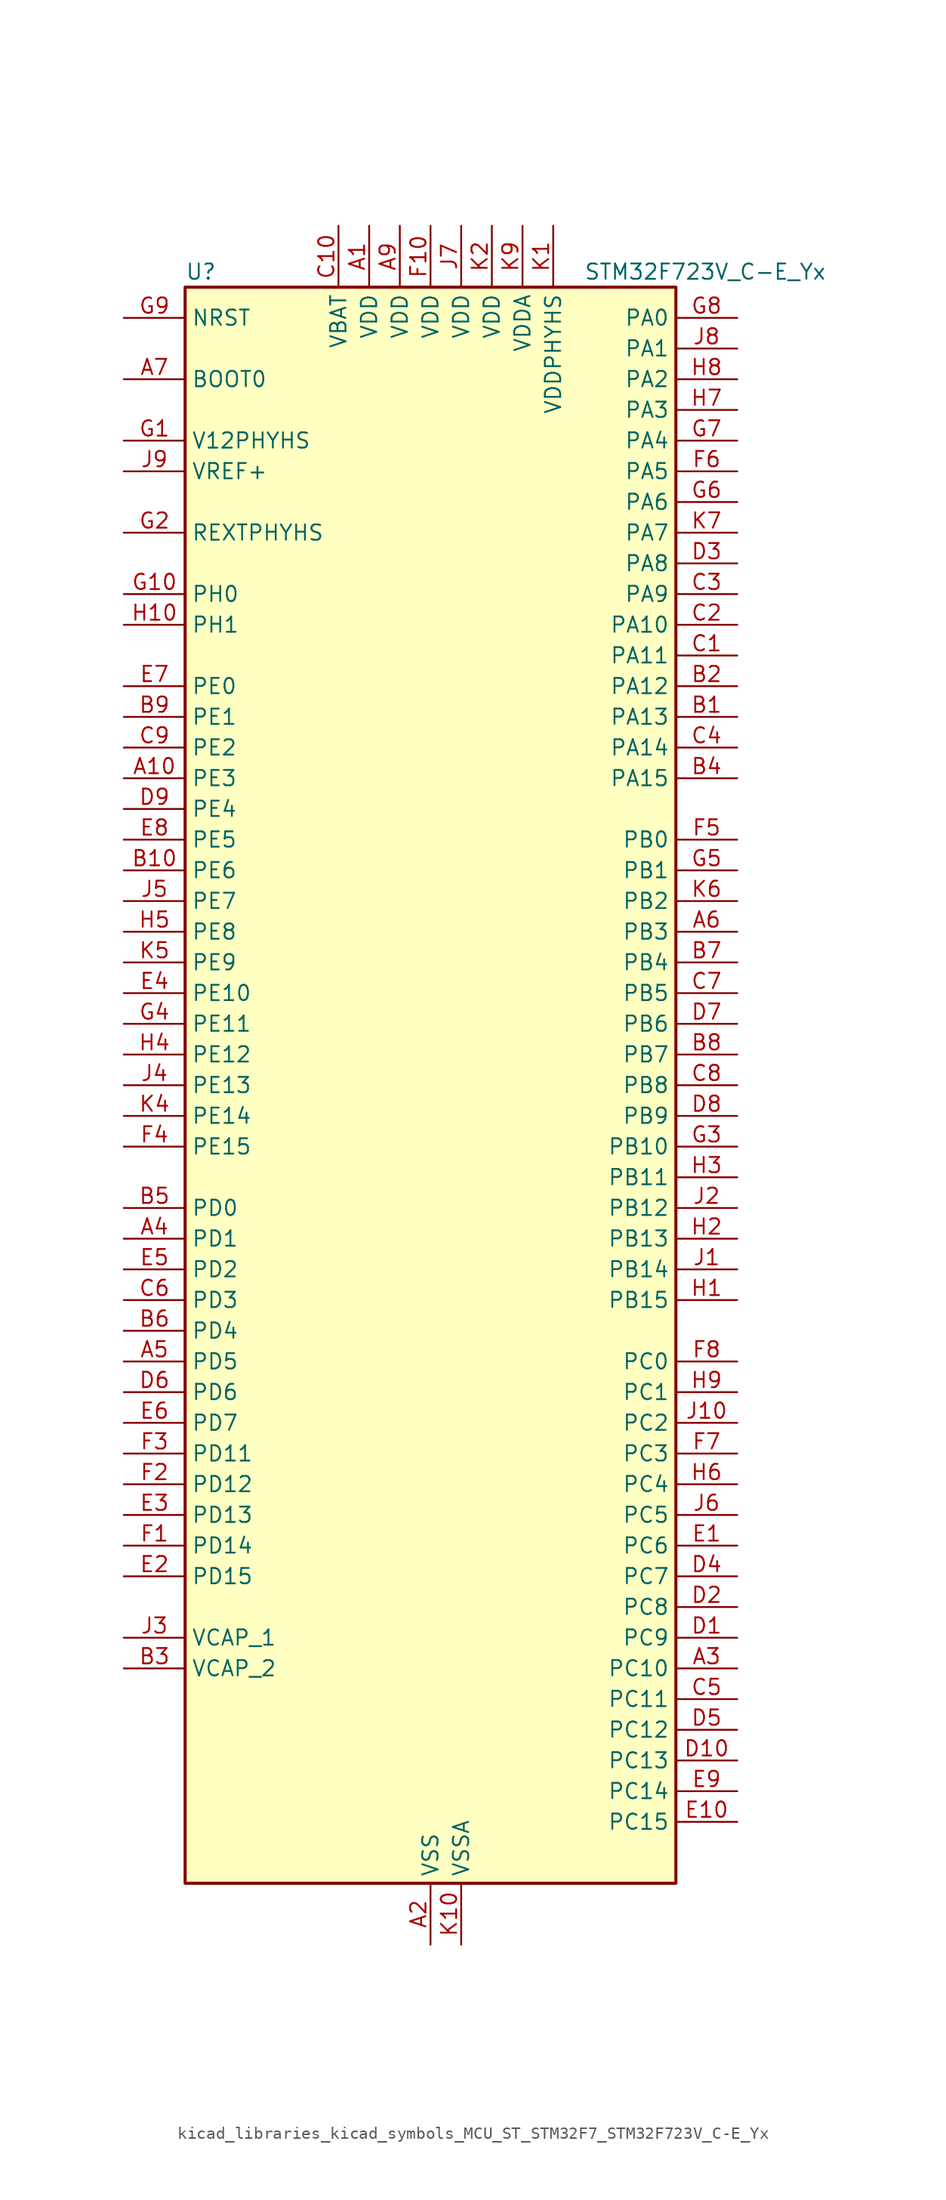
<source format=kicad_sym>
(kicad_symbol_lib
  (version 20220914)
  (generator kicad_symbol_editor)
  (symbol "kicad_libraries_kicad_symbols_MCU_ST_STM32F7_STM32F723V_C-E_Yx"
    (property "Reference" "U"
      (at -20.32 67.31 0)
      (effects (font (size 1.27 1.27)) (justify left)))
    (property "Value" "STM32F723V_C-E_Yx"
      (at 12.7 67.31 0)
      (effects (font (size 1.27 1.27)) (justify left)))
    (property "ki_locked" ""
      (at 0 0 0)
      (effects (font (size 1.27 1.27))))
    (symbol "kicad_libraries_kicad_symbols_MCU_ST_STM32F7_STM32F723V_C-E_Yx_0_1"
      (rectangle (start -20.32 -66.04) (end 20.32 66.04) (stroke (width 0.254) (type default)) (fill (type background))))
    (symbol "kicad_libraries_kicad_symbols_MCU_ST_STM32F7_STM32F723V_C-E_Yx_1_1"
      (pin power_in line (at -5.08 71.12 270) (length 5.08) (name "VDD" (effects (font (size 1.27 1.27)))) (number "A1" (effects (font (size 1.27 1.27)))))
      (pin bidirectional line (at -25.4 25.4 0) (length 5.08) (name "PE3" (effects (font (size 1.27 1.27)))) (number "A10" (effects (font (size 1.27 1.27)))) (alternate "FMC_A19" bidirectional line) (alternate "SAI1_SD_B" bidirectional line) (alternate "SYS_TRACED0" bidirectional line))
      (pin power_in line (at 0 -71.12 90) (length 5.08) (name "VSS" (effects (font (size 1.27 1.27)))) (number "A2" (effects (font (size 1.27 1.27)))))
      (pin bidirectional line (at 25.4 -48.26 180) (length 5.08) (name "PC10" (effects (font (size 1.27 1.27)))) (number "A3" (effects (font (size 1.27 1.27)))) (alternate "I2S3_CK" bidirectional line) (alternate "QUADSPI_BK1_IO1" bidirectional line) (alternate "SDMMC1_D2" bidirectional line) (alternate "SPI3_SCK" bidirectional line) (alternate "UART4_TX" bidirectional line) (alternate "USART3_TX" bidirectional line))
      (pin bidirectional line (at -25.4 -12.7 0) (length 5.08) (name "PD1" (effects (font (size 1.27 1.27)))) (number "A4" (effects (font (size 1.27 1.27)))) (alternate "CAN1_TX" bidirectional line) (alternate "FMC_D3" bidirectional line) (alternate "FMC_DA3" bidirectional line))
      (pin bidirectional line (at -25.4 -22.86 0) (length 5.08) (name "PD5" (effects (font (size 1.27 1.27)))) (number "A5" (effects (font (size 1.27 1.27)))) (alternate "FMC_NWE" bidirectional line) (alternate "USART2_TX" bidirectional line))
      (pin bidirectional line (at 25.4 12.7 180) (length 5.08) (name "PB3" (effects (font (size 1.27 1.27)))) (number "A6" (effects (font (size 1.27 1.27)))) (alternate "I2S1_CK" bidirectional line) (alternate "I2S3_CK" bidirectional line) (alternate "SPI1_SCK" bidirectional line) (alternate "SPI3_SCK" bidirectional line) (alternate "SYS_JTDO-SWO" bidirectional line) (alternate "TIM2_CH2" bidirectional line))
      (pin input line (at -25.4 58.42 0) (length 5.08) (name "BOOT0" (effects (font (size 1.27 1.27)))) (number "A7" (effects (font (size 1.27 1.27)))))
      (pin passive line (at 0 -71.12 90) (length 5.08) hide (name "VSS" (effects (font (size 1.27 1.27)))) (number "A8" (effects (font (size 1.27 1.27)))))
      (pin power_in line (at -2.54 71.12 270) (length 5.08) (name "VDD" (effects (font (size 1.27 1.27)))) (number "A9" (effects (font (size 1.27 1.27)))))
      (pin bidirectional line (at 25.4 30.48 180) (length 5.08) (name "PA13" (effects (font (size 1.27 1.27)))) (number "B1" (effects (font (size 1.27 1.27)))) (alternate "SYS_JTMS-SWDIO" bidirectional line))
      (pin bidirectional line (at -25.4 17.78 0) (length 5.08) (name "PE6" (effects (font (size 1.27 1.27)))) (number "B10" (effects (font (size 1.27 1.27)))) (alternate "FMC_A22" bidirectional line) (alternate "SAI1_SD_A" bidirectional line) (alternate "SAI2_MCLK_B" bidirectional line) (alternate "SPI4_MOSI" bidirectional line) (alternate "SYS_TRACED3" bidirectional line) (alternate "TIM1_BKIN2" bidirectional line) (alternate "TIM9_CH2" bidirectional line))
      (pin bidirectional line (at 25.4 33.02 180) (length 5.08) (name "PA12" (effects (font (size 1.27 1.27)))) (number "B2" (effects (font (size 1.27 1.27)))) (alternate "CAN1_TX" bidirectional line) (alternate "SAI2_FS_B" bidirectional line) (alternate "TIM1_ETR" bidirectional line) (alternate "USART1_DE" bidirectional line) (alternate "USART1_RTS" bidirectional line) (alternate "USB_OTG_FS_DP" bidirectional line))
      (pin power_out line (at -25.4 -48.26 0) (length 5.08) (name "VCAP_2" (effects (font (size 1.27 1.27)))) (number "B3" (effects (font (size 1.27 1.27)))))
      (pin bidirectional line (at 25.4 25.4 180) (length 5.08) (name "PA15" (effects (font (size 1.27 1.27)))) (number "B4" (effects (font (size 1.27 1.27)))) (alternate "I2S1_WS" bidirectional line) (alternate "I2S3_WS" bidirectional line) (alternate "SPI1_NSS" bidirectional line) (alternate "SPI3_NSS" bidirectional line) (alternate "SYS_JTDI" bidirectional line) (alternate "TIM2_CH1" bidirectional line) (alternate "TIM2_ETR" bidirectional line) (alternate "UART4_DE" bidirectional line) (alternate "UART4_RTS" bidirectional line))
      (pin bidirectional line (at -25.4 -10.16 0) (length 5.08) (name "PD0" (effects (font (size 1.27 1.27)))) (number "B5" (effects (font (size 1.27 1.27)))) (alternate "CAN1_RX" bidirectional line) (alternate "FMC_D2" bidirectional line) (alternate "FMC_DA2" bidirectional line))
      (pin bidirectional line (at -25.4 -20.32 0) (length 5.08) (name "PD4" (effects (font (size 1.27 1.27)))) (number "B6" (effects (font (size 1.27 1.27)))) (alternate "FMC_NOE" bidirectional line) (alternate "USART2_DE" bidirectional line) (alternate "USART2_RTS" bidirectional line))
      (pin bidirectional line (at 25.4 10.16 180) (length 5.08) (name "PB4" (effects (font (size 1.27 1.27)))) (number "B7" (effects (font (size 1.27 1.27)))) (alternate "I2S2_WS" bidirectional line) (alternate "SPI1_MISO" bidirectional line) (alternate "SPI2_NSS" bidirectional line) (alternate "SPI3_MISO" bidirectional line) (alternate "SYS_JTRST" bidirectional line) (alternate "TIM3_CH1" bidirectional line))
      (pin bidirectional line (at 25.4 2.54 180) (length 5.08) (name "PB7" (effects (font (size 1.27 1.27)))) (number "B8" (effects (font (size 1.27 1.27)))) (alternate "FMC_NL" bidirectional line) (alternate "I2C1_SDA" bidirectional line) (alternate "TIM4_CH2" bidirectional line) (alternate "USART1_RX" bidirectional line))
      (pin bidirectional line (at -25.4 30.48 0) (length 5.08) (name "PE1" (effects (font (size 1.27 1.27)))) (number "B9" (effects (font (size 1.27 1.27)))) (alternate "FMC_NBL1" bidirectional line) (alternate "LPTIM1_IN2" bidirectional line) (alternate "UART8_TX" bidirectional line))
      (pin bidirectional line (at 25.4 35.56 180) (length 5.08) (name "PA11" (effects (font (size 1.27 1.27)))) (number "C1" (effects (font (size 1.27 1.27)))) (alternate "ADC1_EXTI11" bidirectional line) (alternate "ADC2_EXTI11" bidirectional line) (alternate "ADC3_EXTI11" bidirectional line) (alternate "CAN1_RX" bidirectional line) (alternate "TIM1_CH4" bidirectional line) (alternate "USART1_CTS" bidirectional line) (alternate "USB_OTG_FS_DM" bidirectional line))
      (pin power_in line (at -7.62 71.12 270) (length 5.08) (name "VBAT" (effects (font (size 1.27 1.27)))) (number "C10" (effects (font (size 1.27 1.27)))))
      (pin bidirectional line (at 25.4 38.1 180) (length 5.08) (name "PA10" (effects (font (size 1.27 1.27)))) (number "C2" (effects (font (size 1.27 1.27)))) (alternate "TIM1_CH3" bidirectional line) (alternate "USART1_RX" bidirectional line) (alternate "USB_OTG_FS_ID" bidirectional line))
      (pin bidirectional line (at 25.4 40.64 180) (length 5.08) (name "PA9" (effects (font (size 1.27 1.27)))) (number "C3" (effects (font (size 1.27 1.27)))) (alternate "DAC_EXTI9" bidirectional line) (alternate "I2C3_SMBA" bidirectional line) (alternate "I2S2_CK" bidirectional line) (alternate "SPI2_SCK" bidirectional line) (alternate "TIM1_CH2" bidirectional line) (alternate "USART1_TX" bidirectional line) (alternate "USB_OTG_FS_VBUS" bidirectional line))
      (pin bidirectional line (at 25.4 27.94 180) (length 5.08) (name "PA14" (effects (font (size 1.27 1.27)))) (number "C4" (effects (font (size 1.27 1.27)))) (alternate "SYS_JTCK-SWCLK" bidirectional line))
      (pin bidirectional line (at 25.4 -50.8 180) (length 5.08) (name "PC11" (effects (font (size 1.27 1.27)))) (number "C5" (effects (font (size 1.27 1.27)))) (alternate "ADC1_EXTI11" bidirectional line) (alternate "ADC2_EXTI11" bidirectional line) (alternate "ADC3_EXTI11" bidirectional line) (alternate "QUADSPI_BK2_NCS" bidirectional line) (alternate "SDMMC1_D3" bidirectional line) (alternate "SPI3_MISO" bidirectional line) (alternate "UART4_RX" bidirectional line) (alternate "USART3_RX" bidirectional line))
      (pin bidirectional line (at -25.4 -17.78 0) (length 5.08) (name "PD3" (effects (font (size 1.27 1.27)))) (number "C6" (effects (font (size 1.27 1.27)))) (alternate "FMC_CLK" bidirectional line) (alternate "I2S2_CK" bidirectional line) (alternate "SPI2_SCK" bidirectional line) (alternate "USART2_CTS" bidirectional line))
      (pin bidirectional line (at 25.4 7.62 180) (length 5.08) (name "PB5" (effects (font (size 1.27 1.27)))) (number "C7" (effects (font (size 1.27 1.27)))) (alternate "FMC_SDCKE1" bidirectional line) (alternate "I2C1_SMBA" bidirectional line) (alternate "I2S1_SD" bidirectional line) (alternate "I2S3_SD" bidirectional line) (alternate "SPI1_MOSI" bidirectional line) (alternate "SPI3_MOSI" bidirectional line) (alternate "TIM3_CH2" bidirectional line))
      (pin bidirectional line (at 25.4 0 180) (length 5.08) (name "PB8" (effects (font (size 1.27 1.27)))) (number "C8" (effects (font (size 1.27 1.27)))) (alternate "CAN1_RX" bidirectional line) (alternate "I2C1_SCL" bidirectional line) (alternate "SDMMC1_D4" bidirectional line) (alternate "TIM10_CH1" bidirectional line) (alternate "TIM4_CH3" bidirectional line))
      (pin bidirectional line (at -25.4 27.94 0) (length 5.08) (name "PE2" (effects (font (size 1.27 1.27)))) (number "C9" (effects (font (size 1.27 1.27)))) (alternate "FMC_A23" bidirectional line) (alternate "QUADSPI_BK1_IO2" bidirectional line) (alternate "SAI1_MCLK_A" bidirectional line) (alternate "SPI4_SCK" bidirectional line) (alternate "SYS_TRACECLK" bidirectional line))
      (pin bidirectional line (at 25.4 -45.72 180) (length 5.08) (name "PC9" (effects (font (size 1.27 1.27)))) (number "D1" (effects (font (size 1.27 1.27)))) (alternate "DAC_EXTI9" bidirectional line) (alternate "I2C3_SDA" bidirectional line) (alternate "I2S_CKIN" bidirectional line) (alternate "QUADSPI_BK1_IO0" bidirectional line) (alternate "RCC_MCO_2" bidirectional line) (alternate "SDMMC1_D1" bidirectional line) (alternate "TIM3_CH4" bidirectional line) (alternate "TIM8_CH4" bidirectional line) (alternate "UART5_CTS" bidirectional line))
      (pin bidirectional line (at 25.4 -55.88 180) (length 5.08) (name "PC13" (effects (font (size 1.27 1.27)))) (number "D10" (effects (font (size 1.27 1.27)))) (alternate "RTC_OUT" bidirectional line) (alternate "RTC_TAMP1" bidirectional line) (alternate "RTC_TS" bidirectional line) (alternate "SYS_WKUP4" bidirectional line))
      (pin bidirectional line (at 25.4 -43.18 180) (length 5.08) (name "PC8" (effects (font (size 1.27 1.27)))) (number "D2" (effects (font (size 1.27 1.27)))) (alternate "SDMMC1_D0" bidirectional line) (alternate "SYS_TRACED1" bidirectional line) (alternate "TIM3_CH3" bidirectional line) (alternate "TIM8_CH3" bidirectional line) (alternate "UART5_DE" bidirectional line) (alternate "UART5_RTS" bidirectional line) (alternate "USART6_CK" bidirectional line))
      (pin bidirectional line (at 25.4 43.18 180) (length 5.08) (name "PA8" (effects (font (size 1.27 1.27)))) (number "D3" (effects (font (size 1.27 1.27)))) (alternate "I2C3_SCL" bidirectional line) (alternate "RCC_MCO_1" bidirectional line) (alternate "TIM1_CH1" bidirectional line) (alternate "TIM8_BKIN2" bidirectional line) (alternate "USART1_CK" bidirectional line) (alternate "USB_OTG_FS_SOF" bidirectional line))
      (pin bidirectional line (at 25.4 -40.64 180) (length 5.08) (name "PC7" (effects (font (size 1.27 1.27)))) (number "D4" (effects (font (size 1.27 1.27)))) (alternate "I2S3_MCK" bidirectional line) (alternate "SDMMC1_D7" bidirectional line) (alternate "TIM3_CH2" bidirectional line) (alternate "TIM8_CH2" bidirectional line) (alternate "USART6_RX" bidirectional line))
      (pin bidirectional line (at 25.4 -53.34 180) (length 5.08) (name "PC12" (effects (font (size 1.27 1.27)))) (number "D5" (effects (font (size 1.27 1.27)))) (alternate "I2S3_SD" bidirectional line) (alternate "SDMMC1_CK" bidirectional line) (alternate "SPI3_MOSI" bidirectional line) (alternate "SYS_TRACED3" bidirectional line) (alternate "UART5_TX" bidirectional line) (alternate "USART3_CK" bidirectional line))
      (pin bidirectional line (at -25.4 -25.4 0) (length 5.08) (name "PD6" (effects (font (size 1.27 1.27)))) (number "D6" (effects (font (size 1.27 1.27)))) (alternate "FMC_NWAIT" bidirectional line) (alternate "I2S3_SD" bidirectional line) (alternate "SAI1_SD_A" bidirectional line) (alternate "SPI3_MOSI" bidirectional line) (alternate "USART2_RX" bidirectional line))
      (pin bidirectional line (at 25.4 5.08 180) (length 5.08) (name "PB6" (effects (font (size 1.27 1.27)))) (number "D7" (effects (font (size 1.27 1.27)))) (alternate "FMC_SDNE1" bidirectional line) (alternate "I2C1_SCL" bidirectional line) (alternate "QUADSPI_BK1_NCS" bidirectional line) (alternate "TIM4_CH1" bidirectional line) (alternate "USART1_TX" bidirectional line))
      (pin bidirectional line (at 25.4 -2.54 180) (length 5.08) (name "PB9" (effects (font (size 1.27 1.27)))) (number "D8" (effects (font (size 1.27 1.27)))) (alternate "CAN1_TX" bidirectional line) (alternate "DAC_EXTI9" bidirectional line) (alternate "I2C1_SDA" bidirectional line) (alternate "I2S2_WS" bidirectional line) (alternate "SDMMC1_D5" bidirectional line) (alternate "SPI2_NSS" bidirectional line) (alternate "TIM11_CH1" bidirectional line) (alternate "TIM4_CH4" bidirectional line))
      (pin bidirectional line (at -25.4 22.86 0) (length 5.08) (name "PE4" (effects (font (size 1.27 1.27)))) (number "D9" (effects (font (size 1.27 1.27)))) (alternate "FMC_A20" bidirectional line) (alternate "SAI1_FS_A" bidirectional line) (alternate "SPI4_NSS" bidirectional line) (alternate "SYS_TRACED1" bidirectional line))
      (pin bidirectional line (at 25.4 -38.1 180) (length 5.08) (name "PC6" (effects (font (size 1.27 1.27)))) (number "E1" (effects (font (size 1.27 1.27)))) (alternate "I2S2_MCK" bidirectional line) (alternate "SDMMC1_D6" bidirectional line) (alternate "TIM3_CH1" bidirectional line) (alternate "TIM8_CH1" bidirectional line) (alternate "USART6_TX" bidirectional line))
      (pin bidirectional line (at 25.4 -60.96 180) (length 5.08) (name "PC15" (effects (font (size 1.27 1.27)))) (number "E10" (effects (font (size 1.27 1.27)))) (alternate "RCC_OSC32_OUT" bidirectional line))
      (pin bidirectional line (at -25.4 -40.64 0) (length 5.08) (name "PD15" (effects (font (size 1.27 1.27)))) (number "E2" (effects (font (size 1.27 1.27)))) (alternate "FMC_D1" bidirectional line) (alternate "FMC_DA1" bidirectional line) (alternate "TIM4_CH4" bidirectional line) (alternate "UART8_DE" bidirectional line) (alternate "UART8_RTS" bidirectional line))
      (pin bidirectional line (at -25.4 -35.56 0) (length 5.08) (name "PD13" (effects (font (size 1.27 1.27)))) (number "E3" (effects (font (size 1.27 1.27)))) (alternate "FMC_A18" bidirectional line) (alternate "LPTIM1_OUT" bidirectional line) (alternate "QUADSPI_BK1_IO3" bidirectional line) (alternate "SAI2_SCK_A" bidirectional line) (alternate "TIM4_CH2" bidirectional line))
      (pin bidirectional line (at -25.4 7.62 0) (length 5.08) (name "PE10" (effects (font (size 1.27 1.27)))) (number "E4" (effects (font (size 1.27 1.27)))) (alternate "FMC_D7" bidirectional line) (alternate "FMC_DA7" bidirectional line) (alternate "QUADSPI_BK2_IO3" bidirectional line) (alternate "TIM1_CH2N" bidirectional line) (alternate "UART7_CTS" bidirectional line))
      (pin bidirectional line (at -25.4 -15.24 0) (length 5.08) (name "PD2" (effects (font (size 1.27 1.27)))) (number "E5" (effects (font (size 1.27 1.27)))) (alternate "SDMMC1_CMD" bidirectional line) (alternate "SYS_TRACED2" bidirectional line) (alternate "TIM3_ETR" bidirectional line) (alternate "UART5_RX" bidirectional line))
      (pin bidirectional line (at -25.4 -27.94 0) (length 5.08) (name "PD7" (effects (font (size 1.27 1.27)))) (number "E6" (effects (font (size 1.27 1.27)))) (alternate "FMC_NE1" bidirectional line) (alternate "USART2_CK" bidirectional line))
      (pin bidirectional line (at -25.4 33.02 0) (length 5.08) (name "PE0" (effects (font (size 1.27 1.27)))) (number "E7" (effects (font (size 1.27 1.27)))) (alternate "FMC_NBL0" bidirectional line) (alternate "LPTIM1_ETR" bidirectional line) (alternate "SAI2_MCLK_A" bidirectional line) (alternate "TIM4_ETR" bidirectional line) (alternate "UART8_RX" bidirectional line))
      (pin bidirectional line (at -25.4 20.32 0) (length 5.08) (name "PE5" (effects (font (size 1.27 1.27)))) (number "E8" (effects (font (size 1.27 1.27)))) (alternate "FMC_A21" bidirectional line) (alternate "SAI1_SCK_A" bidirectional line) (alternate "SPI4_MISO" bidirectional line) (alternate "SYS_TRACED2" bidirectional line) (alternate "TIM9_CH1" bidirectional line))
      (pin bidirectional line (at 25.4 -58.42 180) (length 5.08) (name "PC14" (effects (font (size 1.27 1.27)))) (number "E9" (effects (font (size 1.27 1.27)))) (alternate "RCC_OSC32_IN" bidirectional line))
      (pin bidirectional line (at -25.4 -38.1 0) (length 5.08) (name "PD14" (effects (font (size 1.27 1.27)))) (number "F1" (effects (font (size 1.27 1.27)))) (alternate "FMC_D0" bidirectional line) (alternate "FMC_DA0" bidirectional line) (alternate "TIM4_CH3" bidirectional line) (alternate "UART8_CTS" bidirectional line))
      (pin power_in line (at 0 71.12 270) (length 5.08) (name "VDD" (effects (font (size 1.27 1.27)))) (number "F10" (effects (font (size 1.27 1.27)))))
      (pin bidirectional line (at -25.4 -33.02 0) (length 5.08) (name "PD12" (effects (font (size 1.27 1.27)))) (number "F2" (effects (font (size 1.27 1.27)))) (alternate "FMC_A17" bidirectional line) (alternate "FMC_ALE" bidirectional line) (alternate "LPTIM1_IN1" bidirectional line) (alternate "QUADSPI_BK1_IO1" bidirectional line) (alternate "SAI2_FS_A" bidirectional line) (alternate "TIM4_CH1" bidirectional line) (alternate "USART3_DE" bidirectional line) (alternate "USART3_RTS" bidirectional line))
      (pin bidirectional line (at -25.4 -30.48 0) (length 5.08) (name "PD11" (effects (font (size 1.27 1.27)))) (number "F3" (effects (font (size 1.27 1.27)))) (alternate "ADC1_EXTI11" bidirectional line) (alternate "ADC2_EXTI11" bidirectional line) (alternate "ADC3_EXTI11" bidirectional line) (alternate "FMC_A16" bidirectional line) (alternate "FMC_CLE" bidirectional line) (alternate "QUADSPI_BK1_IO0" bidirectional line) (alternate "SAI2_SD_A" bidirectional line) (alternate "USART3_CTS" bidirectional line))
      (pin bidirectional line (at -25.4 -5.08 0) (length 5.08) (name "PE15" (effects (font (size 1.27 1.27)))) (number "F4" (effects (font (size 1.27 1.27)))) (alternate "FMC_D12" bidirectional line) (alternate "FMC_DA12" bidirectional line) (alternate "TIM1_BKIN" bidirectional line))
      (pin bidirectional line (at 25.4 20.32 180) (length 5.08) (name "PB0" (effects (font (size 1.27 1.27)))) (number "F5" (effects (font (size 1.27 1.27)))) (alternate "ADC1_IN8" bidirectional line) (alternate "ADC2_IN8" bidirectional line) (alternate "TIM1_CH2N" bidirectional line) (alternate "TIM3_CH3" bidirectional line) (alternate "TIM8_CH2N" bidirectional line) (alternate "UART4_CTS" bidirectional line))
      (pin bidirectional line (at 25.4 50.8 180) (length 5.08) (name "PA5" (effects (font (size 1.27 1.27)))) (number "F6" (effects (font (size 1.27 1.27)))) (alternate "ADC1_IN5" bidirectional line) (alternate "ADC2_IN5" bidirectional line) (alternate "DAC_OUT2" bidirectional line) (alternate "I2S1_CK" bidirectional line) (alternate "SPI1_SCK" bidirectional line) (alternate "TIM2_CH1" bidirectional line) (alternate "TIM2_ETR" bidirectional line) (alternate "TIM8_CH1N" bidirectional line))
      (pin bidirectional line (at 25.4 -30.48 180) (length 5.08) (name "PC3" (effects (font (size 1.27 1.27)))) (number "F7" (effects (font (size 1.27 1.27)))) (alternate "ADC1_IN13" bidirectional line) (alternate "ADC2_IN13" bidirectional line) (alternate "ADC3_IN13" bidirectional line) (alternate "FMC_SDCKE0" bidirectional line) (alternate "I2S2_SD" bidirectional line) (alternate "SPI2_MOSI" bidirectional line))
      (pin bidirectional line (at 25.4 -22.86 180) (length 5.08) (name "PC0" (effects (font (size 1.27 1.27)))) (number "F8" (effects (font (size 1.27 1.27)))) (alternate "ADC1_IN10" bidirectional line) (alternate "ADC2_IN10" bidirectional line) (alternate "ADC3_IN10" bidirectional line) (alternate "FMC_SDNWE" bidirectional line) (alternate "SAI2_FS_B" bidirectional line))
      (pin passive line (at 0 -71.12 90) (length 5.08) hide (name "VSS" (effects (font (size 1.27 1.27)))) (number "F9" (effects (font (size 1.27 1.27)))))
      (pin power_in line (at -25.4 53.34 0) (length 5.08) (name "V12PHYHS" (effects (font (size 1.27 1.27)))) (number "G1" (effects (font (size 1.27 1.27)))))
      (pin bidirectional line (at -25.4 40.64 0) (length 5.08) (name "PH0" (effects (font (size 1.27 1.27)))) (number "G10" (effects (font (size 1.27 1.27)))) (alternate "RCC_OSC_IN" bidirectional line))
      (pin bidirectional line (at -25.4 45.72 0) (length 5.08) (name "REXTPHYHS" (effects (font (size 1.27 1.27)))) (number "G2" (effects (font (size 1.27 1.27)))) (alternate "USB_OTG_HS_REXTPHYHS" bidirectional line))
      (pin bidirectional line (at 25.4 -5.08 180) (length 5.08) (name "PB10" (effects (font (size 1.27 1.27)))) (number "G3" (effects (font (size 1.27 1.27)))) (alternate "I2C2_SCL" bidirectional line) (alternate "I2S2_CK" bidirectional line) (alternate "SPI2_SCK" bidirectional line) (alternate "TIM2_CH3" bidirectional line) (alternate "USART3_TX" bidirectional line))
      (pin bidirectional line (at -25.4 5.08 0) (length 5.08) (name "PE11" (effects (font (size 1.27 1.27)))) (number "G4" (effects (font (size 1.27 1.27)))) (alternate "ADC1_EXTI11" bidirectional line) (alternate "ADC2_EXTI11" bidirectional line) (alternate "ADC3_EXTI11" bidirectional line) (alternate "FMC_D8" bidirectional line) (alternate "FMC_DA8" bidirectional line) (alternate "SAI2_SD_B" bidirectional line) (alternate "SPI4_NSS" bidirectional line) (alternate "TIM1_CH2" bidirectional line))
      (pin bidirectional line (at 25.4 17.78 180) (length 5.08) (name "PB1" (effects (font (size 1.27 1.27)))) (number "G5" (effects (font (size 1.27 1.27)))) (alternate "ADC1_IN9" bidirectional line) (alternate "ADC2_IN9" bidirectional line) (alternate "TIM1_CH3N" bidirectional line) (alternate "TIM3_CH4" bidirectional line) (alternate "TIM8_CH3N" bidirectional line))
      (pin bidirectional line (at 25.4 48.26 180) (length 5.08) (name "PA6" (effects (font (size 1.27 1.27)))) (number "G6" (effects (font (size 1.27 1.27)))) (alternate "ADC1_IN6" bidirectional line) (alternate "ADC2_IN6" bidirectional line) (alternate "SPI1_MISO" bidirectional line) (alternate "TIM13_CH1" bidirectional line) (alternate "TIM1_BKIN" bidirectional line) (alternate "TIM3_CH1" bidirectional line) (alternate "TIM8_BKIN" bidirectional line))
      (pin bidirectional line (at 25.4 53.34 180) (length 5.08) (name "PA4" (effects (font (size 1.27 1.27)))) (number "G7" (effects (font (size 1.27 1.27)))) (alternate "ADC1_IN4" bidirectional line) (alternate "ADC2_IN4" bidirectional line) (alternate "DAC_OUT1" bidirectional line) (alternate "I2S1_WS" bidirectional line) (alternate "I2S3_WS" bidirectional line) (alternate "SPI1_NSS" bidirectional line) (alternate "SPI3_NSS" bidirectional line) (alternate "USART2_CK" bidirectional line) (alternate "USB_OTG_HS_SOF" bidirectional line))
      (pin bidirectional line (at 25.4 63.5 180) (length 5.08) (name "PA0" (effects (font (size 1.27 1.27)))) (number "G8" (effects (font (size 1.27 1.27)))) (alternate "ADC1_IN0" bidirectional line) (alternate "ADC2_IN0" bidirectional line) (alternate "ADC3_IN0" bidirectional line) (alternate "SAI2_SD_B" bidirectional line) (alternate "SYS_WKUP1" bidirectional line) (alternate "TIM2_CH1" bidirectional line) (alternate "TIM2_ETR" bidirectional line) (alternate "TIM5_CH1" bidirectional line) (alternate "TIM8_ETR" bidirectional line) (alternate "UART4_TX" bidirectional line) (alternate "USART2_CTS" bidirectional line))
      (pin input line (at -25.4 63.5 0) (length 5.08) (name "NRST" (effects (font (size 1.27 1.27)))) (number "G9" (effects (font (size 1.27 1.27)))))
      (pin bidirectional line (at 25.4 -17.78 180) (length 5.08) (name "PB15" (effects (font (size 1.27 1.27)))) (number "H1" (effects (font (size 1.27 1.27)))) (alternate "USB_OTG_HS_DP" bidirectional line))
      (pin bidirectional line (at -25.4 38.1 0) (length 5.08) (name "PH1" (effects (font (size 1.27 1.27)))) (number "H10" (effects (font (size 1.27 1.27)))) (alternate "RCC_OSC_OUT" bidirectional line))
      (pin bidirectional line (at 25.4 -12.7 180) (length 5.08) (name "PB13" (effects (font (size 1.27 1.27)))) (number "H2" (effects (font (size 1.27 1.27)))) (alternate "I2S2_CK" bidirectional line) (alternate "SPI2_SCK" bidirectional line) (alternate "TIM1_CH1N" bidirectional line) (alternate "USART3_CTS" bidirectional line) (alternate "USB_OTG_HS_VBUS" bidirectional line))
      (pin bidirectional line (at 25.4 -7.62 180) (length 5.08) (name "PB11" (effects (font (size 1.27 1.27)))) (number "H3" (effects (font (size 1.27 1.27)))) (alternate "ADC1_EXTI11" bidirectional line) (alternate "ADC2_EXTI11" bidirectional line) (alternate "ADC3_EXTI11" bidirectional line) (alternate "I2C2_SDA" bidirectional line) (alternate "TIM2_CH4" bidirectional line) (alternate "USART3_RX" bidirectional line))
      (pin bidirectional line (at -25.4 2.54 0) (length 5.08) (name "PE12" (effects (font (size 1.27 1.27)))) (number "H4" (effects (font (size 1.27 1.27)))) (alternate "FMC_D9" bidirectional line) (alternate "FMC_DA9" bidirectional line) (alternate "SAI2_SCK_B" bidirectional line) (alternate "SPI4_SCK" bidirectional line) (alternate "TIM1_CH3N" bidirectional line))
      (pin bidirectional line (at -25.4 12.7 0) (length 5.08) (name "PE8" (effects (font (size 1.27 1.27)))) (number "H5" (effects (font (size 1.27 1.27)))) (alternate "FMC_D5" bidirectional line) (alternate "FMC_DA5" bidirectional line) (alternate "QUADSPI_BK2_IO1" bidirectional line) (alternate "TIM1_CH1N" bidirectional line) (alternate "UART7_TX" bidirectional line))
      (pin bidirectional line (at 25.4 -33.02 180) (length 5.08) (name "PC4" (effects (font (size 1.27 1.27)))) (number "H6" (effects (font (size 1.27 1.27)))) (alternate "ADC1_IN14" bidirectional line) (alternate "ADC2_IN14" bidirectional line) (alternate "FMC_SDNE0" bidirectional line) (alternate "I2S1_MCK" bidirectional line))
      (pin bidirectional line (at 25.4 55.88 180) (length 5.08) (name "PA3" (effects (font (size 1.27 1.27)))) (number "H7" (effects (font (size 1.27 1.27)))) (alternate "ADC1_IN3" bidirectional line) (alternate "ADC2_IN3" bidirectional line) (alternate "ADC3_IN3" bidirectional line) (alternate "TIM2_CH4" bidirectional line) (alternate "TIM5_CH4" bidirectional line) (alternate "TIM9_CH2" bidirectional line) (alternate "USART2_RX" bidirectional line))
      (pin bidirectional line (at 25.4 58.42 180) (length 5.08) (name "PA2" (effects (font (size 1.27 1.27)))) (number "H8" (effects (font (size 1.27 1.27)))) (alternate "ADC1_IN2" bidirectional line) (alternate "ADC2_IN2" bidirectional line) (alternate "ADC3_IN2" bidirectional line) (alternate "SAI2_SCK_B" bidirectional line) (alternate "SYS_WKUP2" bidirectional line) (alternate "TIM2_CH3" bidirectional line) (alternate "TIM5_CH3" bidirectional line) (alternate "TIM9_CH1" bidirectional line) (alternate "USART2_TX" bidirectional line))
      (pin bidirectional line (at 25.4 -25.4 180) (length 5.08) (name "PC1" (effects (font (size 1.27 1.27)))) (number "H9" (effects (font (size 1.27 1.27)))) (alternate "ADC1_IN11" bidirectional line) (alternate "ADC2_IN11" bidirectional line) (alternate "ADC3_IN11" bidirectional line) (alternate "I2S2_SD" bidirectional line) (alternate "RTC_TAMP3" bidirectional line) (alternate "RTC_TS" bidirectional line) (alternate "SAI1_SD_A" bidirectional line) (alternate "SPI2_MOSI" bidirectional line) (alternate "SYS_TRACED0" bidirectional line) (alternate "SYS_WKUP3" bidirectional line))
      (pin bidirectional line (at 25.4 -15.24 180) (length 5.08) (name "PB14" (effects (font (size 1.27 1.27)))) (number "J1" (effects (font (size 1.27 1.27)))) (alternate "USB_OTG_HS_DM" bidirectional line))
      (pin bidirectional line (at 25.4 -27.94 180) (length 5.08) (name "PC2" (effects (font (size 1.27 1.27)))) (number "J10" (effects (font (size 1.27 1.27)))) (alternate "ADC1_IN12" bidirectional line) (alternate "ADC2_IN12" bidirectional line) (alternate "ADC3_IN12" bidirectional line) (alternate "FMC_SDNE0" bidirectional line) (alternate "SPI2_MISO" bidirectional line))
      (pin bidirectional line (at 25.4 -10.16 180) (length 5.08) (name "PB12" (effects (font (size 1.27 1.27)))) (number "J2" (effects (font (size 1.27 1.27)))) (alternate "I2C2_SMBA" bidirectional line) (alternate "I2S2_WS" bidirectional line) (alternate "SPI2_NSS" bidirectional line) (alternate "TIM1_BKIN" bidirectional line) (alternate "USART3_CK" bidirectional line) (alternate "USB_OTG_HS_ID" bidirectional line))
      (pin power_out line (at -25.4 -45.72 0) (length 5.08) (name "VCAP_1" (effects (font (size 1.27 1.27)))) (number "J3" (effects (font (size 1.27 1.27)))))
      (pin bidirectional line (at -25.4 0 0) (length 5.08) (name "PE13" (effects (font (size 1.27 1.27)))) (number "J4" (effects (font (size 1.27 1.27)))) (alternate "FMC_D10" bidirectional line) (alternate "FMC_DA10" bidirectional line) (alternate "SAI2_FS_B" bidirectional line) (alternate "SPI4_MISO" bidirectional line) (alternate "TIM1_CH3" bidirectional line))
      (pin bidirectional line (at -25.4 15.24 0) (length 5.08) (name "PE7" (effects (font (size 1.27 1.27)))) (number "J5" (effects (font (size 1.27 1.27)))) (alternate "FMC_D4" bidirectional line) (alternate "FMC_DA4" bidirectional line) (alternate "QUADSPI_BK2_IO0" bidirectional line) (alternate "TIM1_ETR" bidirectional line) (alternate "UART7_RX" bidirectional line))
      (pin bidirectional line (at 25.4 -35.56 180) (length 5.08) (name "PC5" (effects (font (size 1.27 1.27)))) (number "J6" (effects (font (size 1.27 1.27)))) (alternate "ADC1_IN15" bidirectional line) (alternate "ADC2_IN15" bidirectional line) (alternate "FMC_SDCKE0" bidirectional line))
      (pin power_in line (at 2.54 71.12 270) (length 5.08) (name "VDD" (effects (font (size 1.27 1.27)))) (number "J7" (effects (font (size 1.27 1.27)))))
      (pin bidirectional line (at 25.4 60.96 180) (length 5.08) (name "PA1" (effects (font (size 1.27 1.27)))) (number "J8" (effects (font (size 1.27 1.27)))) (alternate "ADC1_IN1" bidirectional line) (alternate "ADC2_IN1" bidirectional line) (alternate "ADC3_IN1" bidirectional line) (alternate "QUADSPI_BK1_IO3" bidirectional line) (alternate "SAI2_MCLK_B" bidirectional line) (alternate "TIM2_CH2" bidirectional line) (alternate "TIM5_CH2" bidirectional line) (alternate "UART4_RX" bidirectional line) (alternate "USART2_DE" bidirectional line) (alternate "USART2_RTS" bidirectional line))
      (pin input line (at -25.4 50.8 0) (length 5.08) (name "VREF+" (effects (font (size 1.27 1.27)))) (number "J9" (effects (font (size 1.27 1.27)))))
      (pin power_in line (at 10.16 71.12 270) (length 5.08) (name "VDDPHYHS" (effects (font (size 1.27 1.27)))) (number "K1" (effects (font (size 1.27 1.27)))))
      (pin power_in line (at 2.54 -71.12 90) (length 5.08) (name "VSSA" (effects (font (size 1.27 1.27)))) (number "K10" (effects (font (size 1.27 1.27)))))
      (pin power_in line (at 5.08 71.12 270) (length 5.08) (name "VDD" (effects (font (size 1.27 1.27)))) (number "K2" (effects (font (size 1.27 1.27)))))
      (pin passive line (at 0 -71.12 90) (length 5.08) hide (name "VSS" (effects (font (size 1.27 1.27)))) (number "K3" (effects (font (size 1.27 1.27)))))
      (pin bidirectional line (at -25.4 -2.54 0) (length 5.08) (name "PE14" (effects (font (size 1.27 1.27)))) (number "K4" (effects (font (size 1.27 1.27)))) (alternate "FMC_D11" bidirectional line) (alternate "FMC_DA11" bidirectional line) (alternate "SAI2_MCLK_B" bidirectional line) (alternate "SPI4_MOSI" bidirectional line) (alternate "TIM1_CH4" bidirectional line))
      (pin bidirectional line (at -25.4 10.16 0) (length 5.08) (name "PE9" (effects (font (size 1.27 1.27)))) (number "K5" (effects (font (size 1.27 1.27)))) (alternate "DAC_EXTI9" bidirectional line) (alternate "FMC_D6" bidirectional line) (alternate "FMC_DA6" bidirectional line) (alternate "QUADSPI_BK2_IO2" bidirectional line) (alternate "TIM1_CH1" bidirectional line) (alternate "UART7_DE" bidirectional line) (alternate "UART7_RTS" bidirectional line))
      (pin bidirectional line (at 25.4 15.24 180) (length 5.08) (name "PB2" (effects (font (size 1.27 1.27)))) (number "K6" (effects (font (size 1.27 1.27)))) (alternate "I2S3_SD" bidirectional line) (alternate "QUADSPI_CLK" bidirectional line) (alternate "SAI1_SD_A" bidirectional line) (alternate "SPI3_MOSI" bidirectional line))
      (pin bidirectional line (at 25.4 45.72 180) (length 5.08) (name "PA7" (effects (font (size 1.27 1.27)))) (number "K7" (effects (font (size 1.27 1.27)))) (alternate "ADC1_IN7" bidirectional line) (alternate "ADC2_IN7" bidirectional line) (alternate "FMC_SDNWE" bidirectional line) (alternate "I2S1_SD" bidirectional line) (alternate "SPI1_MOSI" bidirectional line) (alternate "TIM14_CH1" bidirectional line) (alternate "TIM1_CH1N" bidirectional line) (alternate "TIM3_CH2" bidirectional line) (alternate "TIM8_CH1N" bidirectional line))
      (pin passive line (at 0 -71.12 90) (length 5.08) hide (name "VSS" (effects (font (size 1.27 1.27)))) (number "K8" (effects (font (size 1.27 1.27)))))
      (pin power_in line (at 7.62 71.12 270) (length 5.08) (name "VDDA" (effects (font (size 1.27 1.27)))) (number "K9" (effects (font (size 1.27 1.27))))))))
</source>
